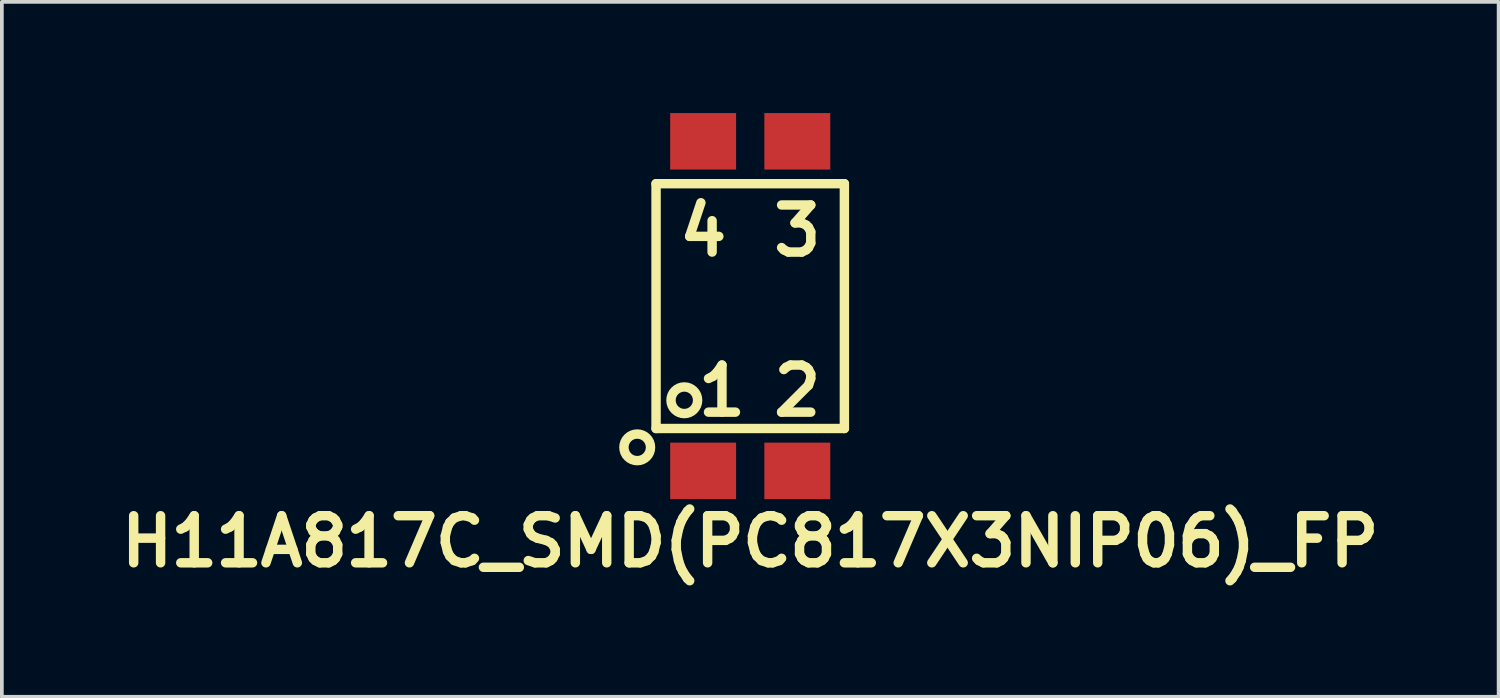
<source format=kicad_pcb>
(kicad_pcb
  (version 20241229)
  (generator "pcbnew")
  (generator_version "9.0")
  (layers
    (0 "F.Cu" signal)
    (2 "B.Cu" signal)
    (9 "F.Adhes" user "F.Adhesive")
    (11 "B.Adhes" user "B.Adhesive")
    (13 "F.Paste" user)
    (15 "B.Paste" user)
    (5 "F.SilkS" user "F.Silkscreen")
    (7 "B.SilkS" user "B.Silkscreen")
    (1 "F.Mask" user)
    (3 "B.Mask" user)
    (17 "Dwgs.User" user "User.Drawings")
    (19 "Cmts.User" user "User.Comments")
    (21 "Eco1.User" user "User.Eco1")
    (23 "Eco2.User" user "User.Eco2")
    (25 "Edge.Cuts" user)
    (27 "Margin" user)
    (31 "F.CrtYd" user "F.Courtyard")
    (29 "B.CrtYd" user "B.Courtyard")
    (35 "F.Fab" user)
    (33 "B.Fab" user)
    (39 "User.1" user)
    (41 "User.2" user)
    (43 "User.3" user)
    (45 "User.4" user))
  (footprint "H11A817C_SMD(PC817X3NIP06)_FP"
    (layer "F.Cu")
    (at 17.187 5.207)
    (property "Reference" "H11A817C_SMD(PC817X3NIP06)_FP" (at 0 6.35 0) (layer "F.SilkS") (effects (font (size 1.27 1.27) (thickness 0.254))))
    (attr through_hole)
    (fp_line (start -2.54 -3.302) (end 2.54 -3.302) (stroke (width 0.254) (type solid)) (layer "F.SilkS"))
    (fp_line (start -2.54 3.302) (end -2.54 -3.302) (stroke (width 0.254) (type solid)) (layer "F.SilkS"))
    (fp_line (start 2.54 -3.302) (end 2.54 3.302) (stroke (width 0.254) (type solid)) (layer "F.SilkS"))
    (fp_line (start 2.54 3.302) (end -2.54 3.302) (stroke (width 0.254) (type solid)) (layer "F.SilkS"))
    (fp_circle (center -3.048 3.81) (end -3.302 4.064) (stroke (width 0.254) (type solid)) (fill no) (layer "F.SilkS"))
    (fp_circle (center -1.778 2.54) (end -2.032 2.794) (stroke (width 0.254) (type solid)) (fill no) (layer "F.SilkS"))
    (fp_text user "3" (at 1.27 -2.032 0) (layer "F.SilkS") (effects (font (size 1.27 1.27) (thickness 0.254))))
    (fp_text user "2" (at 1.27 2.286 0) (layer "F.SilkS") (effects (font (size 1.27 1.27) (thickness 0.254))))
    (fp_text user "1" (at -0.762 2.286 0) (layer "F.SilkS") (effects (font (size 1.27 1.27) (thickness 0.254))))
    (fp_text user "4" (at -1.27 -2.032 0) (layer "F.SilkS") (effects (font (size 1.27 1.27) (thickness 0.254))))
    (pad "1" smd rect (at -1.27 4.445) (size 1.778 1.524) (layers "F.Cu" "F.Mask" "F.Paste"))
    (pad "2" smd rect (at 1.27 4.445) (size 1.778 1.524) (layers "F.Cu" "F.Mask" "F.Paste"))
    (pad "3" smd rect (at 1.27 -4.445) (size 1.778 1.524) (layers "F.Cu" "F.Mask" "F.Paste"))
    (pad "4" smd rect (at -1.27 -4.445) (size 1.778 1.524) (layers "F.Cu" "F.Mask" "F.Paste")))
  (gr_rect
    (start -3 -3)
    (end 37.375 15.746)
    (stroke (width 0.1) (type default))
    (fill no)
    (layer "Edge.Cuts")))
</source>
